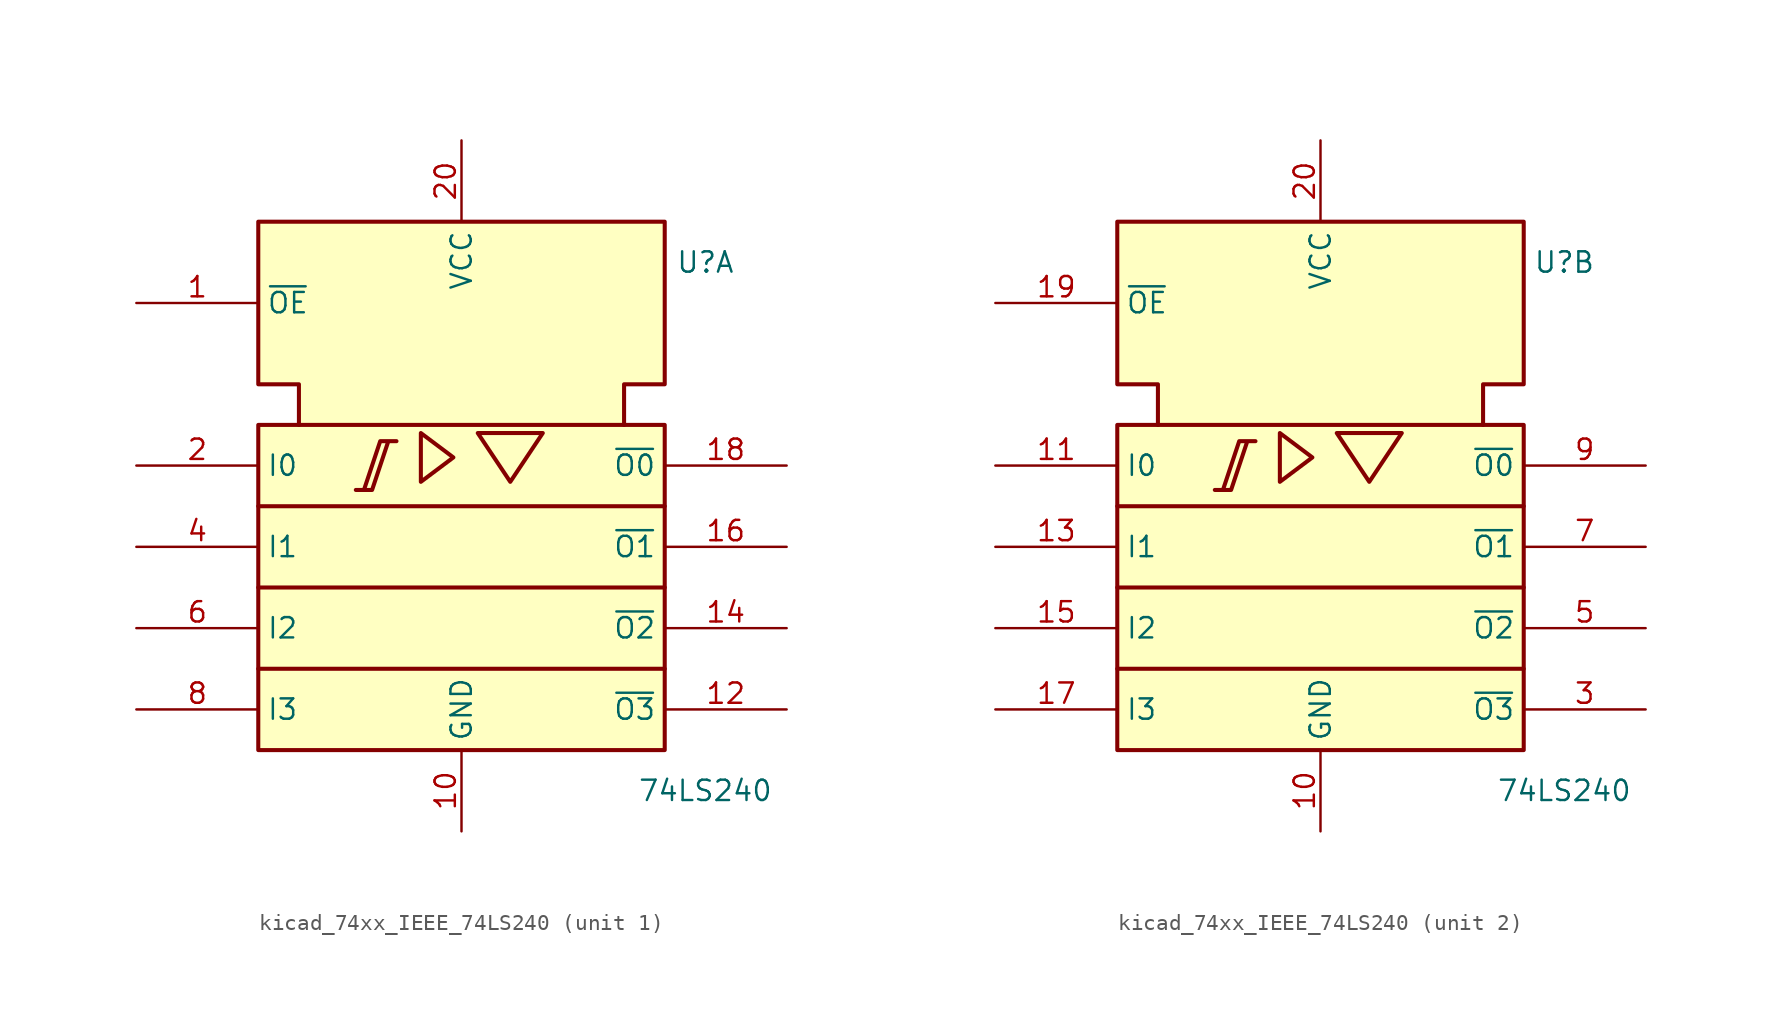
<source format=kicad_sym>
(kicad_symbol_lib
  (version 20220914)
  (generator kicad_symbol_editor)
  (symbol "kicad_74xx_IEEE_74LS240"
    (property "Reference" "U"
      (at 15.24 17.78 0)
      (effects (font (size 1.27 1.27))))
    (property "Value" "74LS240"
      (at 15.24 -15.24 0)
      (effects (font (size 1.27 1.27))))
    (symbol "kicad_74xx_IEEE_74LS240_0_0"
      (polyline (pts (xy -2.54 7.112) (xy -2.54 4.064) (xy -0.508 5.588) (xy -2.54 7.112) (xy -2.54 7.112)) (stroke (width 0.254) (type default)) (fill (type background)))
      (polyline (pts (xy 1.524 7.112) (xy 5.08 7.112) (xy 3.048 4.064) (xy 1.016 7.112) (xy 1.524 7.112) (xy 1.524 7.112)) (stroke (width 0.254) (type default)) (fill (type background))))
    (symbol "kicad_74xx_IEEE_74LS240_0_1"
      (rectangle (start -12.7 7.62) (end 12.7 -12.7) (stroke (width 0.254) (type default)) (fill (type background)))
      (polyline (pts (xy -12.7 -7.62) (xy 12.7 -7.62) (xy 12.7 -7.62)) (stroke (width 0.254) (type default)) (fill (type background)))
      (polyline (pts (xy -12.7 -2.54) (xy 12.7 -2.54) (xy 12.7 -2.54)) (stroke (width 0.254) (type default)) (fill (type background)))
      (polyline (pts (xy -12.7 2.54) (xy 12.7 2.54) (xy 12.7 2.54)) (stroke (width 0.254) (type default)) (fill (type background)))
      (polyline (pts (xy -6.604 3.556) (xy -5.588 3.556) (xy -4.572 6.604) (xy -4.064 6.604) (xy -5.08 6.604) (xy -6.096 3.556) (xy -6.096 3.556)) (stroke (width 0.254) (type default)) (fill (type background)))
      (polyline (pts (xy -10.16 7.62) (xy -10.16 10.16) (xy -12.7 10.16) (xy -12.7 20.32) (xy 12.7 20.32) (xy 12.7 10.16) (xy 10.16 10.16) (xy 10.16 7.62) (xy 10.16 7.62)) (stroke (width 0.254) (type default)) (fill (type background)))
      (pin power_in line (at 0 -17.78 90) (length 5.08) (name "GND" (effects (font (size 1.27 1.27)))) (number "10" (effects (font (size 1.27 1.27)))))
      (pin power_in line (at 0 25.4 270) (length 5.08) (name "VCC" (effects (font (size 1.27 1.27)))) (number "20" (effects (font (size 1.27 1.27))))))
    (symbol "kicad_74xx_IEEE_74LS240_1_1"
      (pin input line (at -20.32 15.24 0) (length 7.62) (name "~{OE}" (effects (font (size 1.27 1.27)))) (number "1" (effects (font (size 1.27 1.27)))))
      (pin tri_state line (at 20.32 -10.16 180) (length 7.62) (name "~{O3}" (effects (font (size 1.27 1.27)))) (number "12" (effects (font (size 1.27 1.27)))))
      (pin tri_state line (at 20.32 -5.08 180) (length 7.62) (name "~{O2}" (effects (font (size 1.27 1.27)))) (number "14" (effects (font (size 1.27 1.27)))))
      (pin tri_state line (at 20.32 0 180) (length 7.62) (name "~{O1}" (effects (font (size 1.27 1.27)))) (number "16" (effects (font (size 1.27 1.27)))))
      (pin tri_state line (at 20.32 5.08 180) (length 7.62) (name "~{O0}" (effects (font (size 1.27 1.27)))) (number "18" (effects (font (size 1.27 1.27)))))
      (pin input line (at -20.32 5.08 0) (length 7.62) (name "I0" (effects (font (size 1.27 1.27)))) (number "2" (effects (font (size 1.27 1.27)))))
      (pin input line (at -20.32 0 0) (length 7.62) (name "I1" (effects (font (size 1.27 1.27)))) (number "4" (effects (font (size 1.27 1.27)))))
      (pin input line (at -20.32 -5.08 0) (length 7.62) (name "I2" (effects (font (size 1.27 1.27)))) (number "6" (effects (font (size 1.27 1.27)))))
      (pin input line (at -20.32 -10.16 0) (length 7.62) (name "I3" (effects (font (size 1.27 1.27)))) (number "8" (effects (font (size 1.27 1.27))))))
    (symbol "kicad_74xx_IEEE_74LS240_2_1"
      (pin input line (at -20.32 5.08 0) (length 7.62) (name "I0" (effects (font (size 1.27 1.27)))) (number "11" (effects (font (size 1.27 1.27)))))
      (pin input line (at -20.32 0 0) (length 7.62) (name "I1" (effects (font (size 1.27 1.27)))) (number "13" (effects (font (size 1.27 1.27)))))
      (pin input line (at -20.32 -5.08 0) (length 7.62) (name "I2" (effects (font (size 1.27 1.27)))) (number "15" (effects (font (size 1.27 1.27)))))
      (pin input line (at -20.32 -10.16 0) (length 7.62) (name "I3" (effects (font (size 1.27 1.27)))) (number "17" (effects (font (size 1.27 1.27)))))
      (pin input line (at -20.32 15.24 0) (length 7.62) (name "~{OE}" (effects (font (size 1.27 1.27)))) (number "19" (effects (font (size 1.27 1.27)))))
      (pin tri_state line (at 20.32 -10.16 180) (length 7.62) (name "~{O3}" (effects (font (size 1.27 1.27)))) (number "3" (effects (font (size 1.27 1.27)))))
      (pin tri_state line (at 20.32 -5.08 180) (length 7.62) (name "~{O2}" (effects (font (size 1.27 1.27)))) (number "5" (effects (font (size 1.27 1.27)))))
      (pin tri_state line (at 20.32 0 180) (length 7.62) (name "~{O1}" (effects (font (size 1.27 1.27)))) (number "7" (effects (font (size 1.27 1.27)))))
      (pin tri_state line (at 20.32 5.08 180) (length 7.62) (name "~{O0}" (effects (font (size 1.27 1.27)))) (number "9" (effects (font (size 1.27 1.27))))))))
</source>
